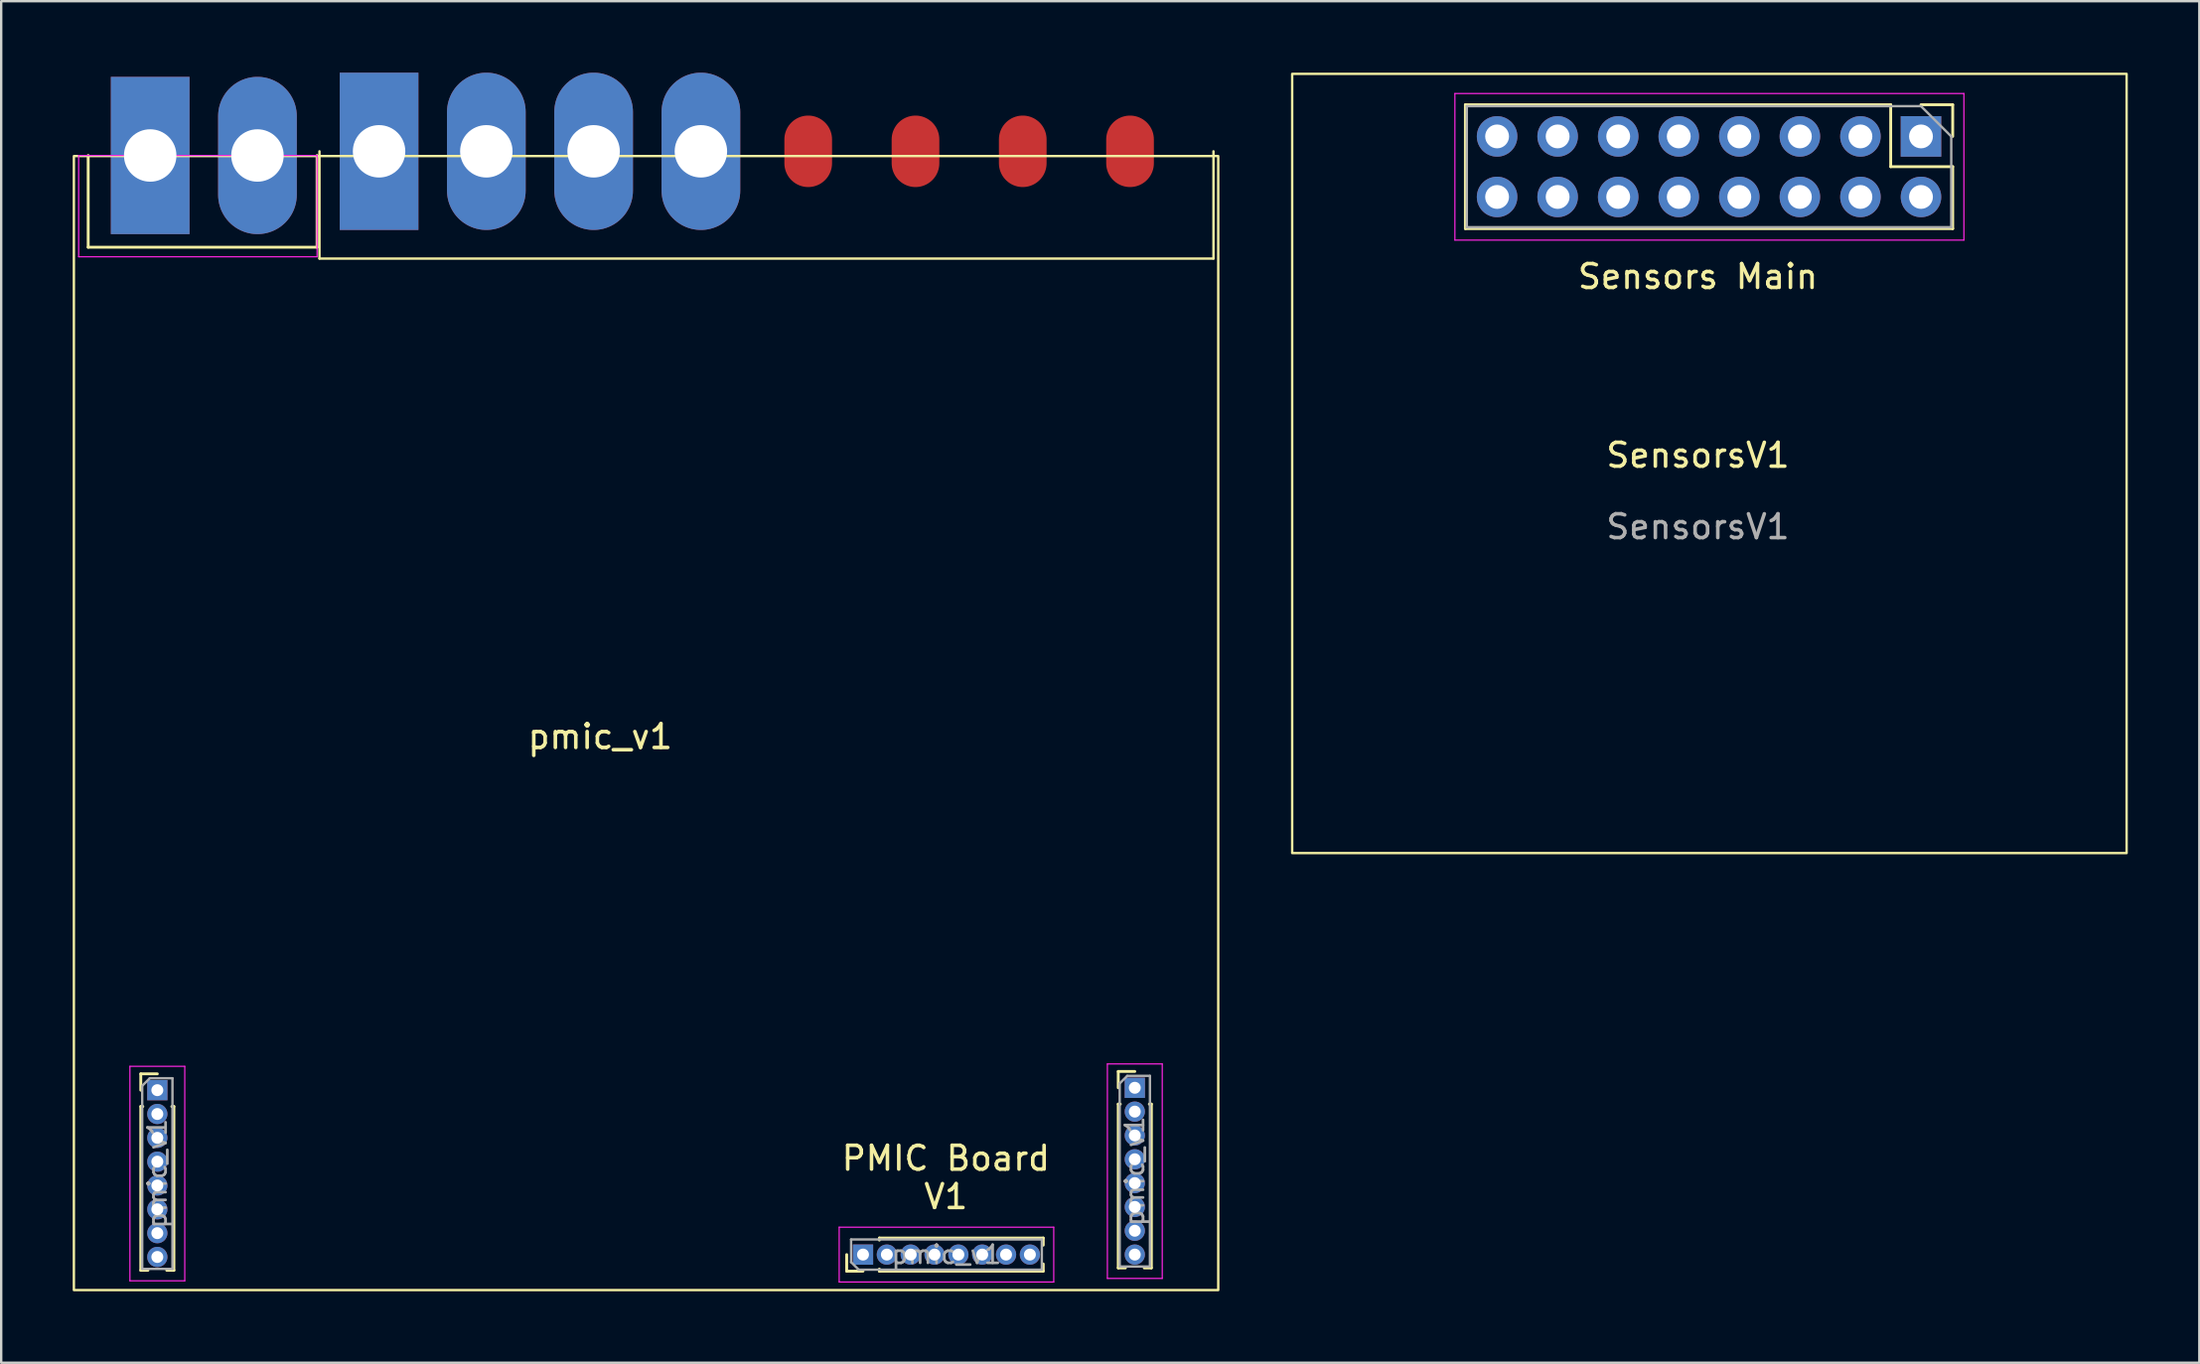
<source format=kicad_pcb>
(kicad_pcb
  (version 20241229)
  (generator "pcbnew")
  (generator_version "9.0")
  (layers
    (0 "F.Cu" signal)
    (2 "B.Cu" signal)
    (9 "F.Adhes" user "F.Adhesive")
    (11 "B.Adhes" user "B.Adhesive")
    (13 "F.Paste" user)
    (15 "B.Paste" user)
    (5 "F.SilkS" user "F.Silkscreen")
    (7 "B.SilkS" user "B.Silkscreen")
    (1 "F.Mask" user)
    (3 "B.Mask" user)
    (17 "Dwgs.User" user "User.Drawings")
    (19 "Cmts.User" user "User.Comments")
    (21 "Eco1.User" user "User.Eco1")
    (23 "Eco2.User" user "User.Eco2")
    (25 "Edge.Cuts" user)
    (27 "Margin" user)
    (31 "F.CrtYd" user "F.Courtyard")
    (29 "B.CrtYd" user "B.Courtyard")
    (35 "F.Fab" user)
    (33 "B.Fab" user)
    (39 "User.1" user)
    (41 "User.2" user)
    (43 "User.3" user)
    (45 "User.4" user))
  (footprint "pmic_v1"
    (layer "F.Cu")
    (at 22.125 28.362)
    (property "Reference" "pmic_v1" (at 0 -0.5 0) (unlocked yes) (layer "F.SilkS") (effects (font (size 1 1) (thickness 0.15))))
    (attr smd)
    (fp_line (start -21.476 -21.037) (end -21.476 -24.887) (stroke (width 0.12) (type solid)) (layer "F.SilkS"))
    (fp_line (start -21.476 -21.037) (end -11.876 -21.037) (stroke (width 0.12) (type solid)) (layer "F.SilkS"))
    (fp_line (start -19.27 13.653) (end -18.576 13.653) (stroke (width 0.12) (type solid)) (layer "F.SilkS"))
    (fp_line (start -19.27 14.338) (end -19.27 13.653) (stroke (width 0.12) (type solid)) (layer "F.SilkS"))
    (fp_line (start -19.27 15.023) (end -19.27 21.898) (stroke (width 0.12) (type solid)) (layer "F.SilkS"))
    (fp_line (start -19.27 15.023) (end -19.184 15.023) (stroke (width 0.12) (type solid)) (layer "F.SilkS"))
    (fp_line (start -19.27 21.898) (end -18.97 21.898) (stroke (width 0.12) (type solid)) (layer "F.SilkS"))
    (fp_line (start -18.181 21.898) (end -17.881 21.898) (stroke (width 0.12) (type solid)) (layer "F.SilkS"))
    (fp_line (start -17.967 15.023) (end -17.881 15.023) (stroke (width 0.12) (type solid)) (layer "F.SilkS"))
    (fp_line (start -17.881 15.023) (end -17.881 21.898) (stroke (width 0.12) (type solid)) (layer "F.SilkS"))
    (fp_line (start -11.876 -24.887) (end -11.876 -21.037) (stroke (width 0.12) (type solid)) (layer "F.SilkS"))
    (fp_line (start -11.775 -20.562) (end -11.775 -25.062) (stroke (width 0.1) (type solid)) (layer "F.SilkS"))
    (fp_line (start 10.339 21.933) (end 10.339 21.238) (stroke (width 0.12) (type solid)) (layer "F.SilkS"))
    (fp_line (start 11.024 21.933) (end 10.339 21.933) (stroke (width 0.12) (type solid)) (layer "F.SilkS"))
    (fp_line (start 11.71 20.543) (end 18.584 20.543) (stroke (width 0.12) (type solid)) (layer "F.SilkS"))
    (fp_line (start 11.71 20.63) (end 11.71 20.543) (stroke (width 0.12) (type solid)) (layer "F.SilkS"))
    (fp_line (start 11.71 21.933) (end 11.71 21.846) (stroke (width 0.12) (type solid)) (layer "F.SilkS"))
    (fp_line (start 11.71 21.933) (end 18.584 21.933) (stroke (width 0.12) (type solid)) (layer "F.SilkS"))
    (fp_line (start 18.584 20.843) (end 18.584 20.543) (stroke (width 0.12) (type solid)) (layer "F.SilkS"))
    (fp_line (start 18.584 21.933) (end 18.584 21.632) (stroke (width 0.12) (type solid)) (layer "F.SilkS"))
    (fp_line (start 21.73 13.553) (end 22.424 13.553) (stroke (width 0.12) (type solid)) (layer "F.SilkS"))
    (fp_line (start 21.73 14.238) (end 21.73 13.553) (stroke (width 0.12) (type solid)) (layer "F.SilkS"))
    (fp_line (start 21.73 14.923) (end 21.73 21.798) (stroke (width 0.12) (type solid)) (layer "F.SilkS"))
    (fp_line (start 21.73 14.923) (end 21.816 14.923) (stroke (width 0.12) (type solid)) (layer "F.SilkS"))
    (fp_line (start 21.73 21.798) (end 22.03 21.798) (stroke (width 0.12) (type solid)) (layer "F.SilkS"))
    (fp_line (start 22.819 21.798) (end 23.119 21.798) (stroke (width 0.12) (type solid)) (layer "F.SilkS"))
    (fp_line (start 23.033 14.923) (end 23.119 14.923) (stroke (width 0.12) (type solid)) (layer "F.SilkS"))
    (fp_line (start 23.119 14.923) (end 23.119 21.798) (stroke (width 0.12) (type solid)) (layer "F.SilkS"))
    (fp_line (start 25.724 -25.062) (end 25.724 -20.562) (stroke (width 0.1) (type solid)) (layer "F.SilkS"))
    (fp_line (start 25.724 -20.562) (end -11.775 -20.562) (stroke (width 0.1) (type solid)) (layer "F.SilkS"))
    (fp_rect (start -22.076 -24.862) (end 25.924 22.728) (stroke (width 0.1) (type solid)) (fill no) (layer "F.SilkS"))
    (fp_line (start -21.875 -24.887) (end -11.876 -24.887) (stroke (width 0.05) (type solid)) (layer "F.CrtYd"))
    (fp_line (start -21.875 -20.637) (end -21.875 -24.887) (stroke (width 0.05) (type solid)) (layer "F.CrtYd"))
    (fp_line (start -21.875 -20.637) (end -11.876 -20.637) (stroke (width 0.05) (type solid)) (layer "F.CrtYd"))
    (fp_line (start -19.726 13.338) (end -19.726 22.338) (stroke (width 0.05) (type solid)) (layer "F.CrtYd"))
    (fp_line (start -19.726 22.338) (end -17.425 22.338) (stroke (width 0.05) (type solid)) (layer "F.CrtYd"))
    (fp_line (start -17.425 13.338) (end -19.726 13.338) (stroke (width 0.05) (type solid)) (layer "F.CrtYd"))
    (fp_line (start -17.425 22.338) (end -17.425 13.338) (stroke (width 0.05) (type solid)) (layer "F.CrtYd"))
    (fp_line (start -11.876 -24.887) (end -11.876 -20.637) (stroke (width 0.05) (type solid)) (layer "F.CrtYd"))
    (fp_line (start 10.024 20.088) (end 10.024 22.388) (stroke (width 0.05) (type solid)) (layer "F.CrtYd"))
    (fp_line (start 10.024 22.388) (end 19.024 22.388) (stroke (width 0.05) (type solid)) (layer "F.CrtYd"))
    (fp_line (start 19.024 20.088) (end 10.024 20.088) (stroke (width 0.05) (type solid)) (layer "F.CrtYd"))
    (fp_line (start 19.024 22.388) (end 19.024 20.088) (stroke (width 0.05) (type solid)) (layer "F.CrtYd"))
    (fp_line (start 21.274 13.238) (end 21.274 22.238) (stroke (width 0.05) (type solid)) (layer "F.CrtYd"))
    (fp_line (start 21.274 22.238) (end 23.575 22.238) (stroke (width 0.05) (type solid)) (layer "F.CrtYd"))
    (fp_line (start 23.575 13.238) (end 21.274 13.238) (stroke (width 0.05) (type solid)) (layer "F.CrtYd"))
    (fp_line (start 23.575 22.238) (end 23.575 13.238) (stroke (width 0.05) (type solid)) (layer "F.CrtYd"))
    (fp_line (start -19.21 14.155) (end -18.893 13.838) (stroke (width 0.1) (type solid)) (layer "F.Fab"))
    (fp_line (start -19.21 21.838) (end -19.21 14.155) (stroke (width 0.1) (type solid)) (layer "F.Fab"))
    (fp_line (start -18.893 13.838) (end -17.941 13.838) (stroke (width 0.1) (type solid)) (layer "F.Fab"))
    (fp_line (start -17.941 13.838) (end -17.941 21.838) (stroke (width 0.1) (type solid)) (layer "F.Fab"))
    (fp_line (start -17.941 21.838) (end -19.21 21.838) (stroke (width 0.1) (type solid)) (layer "F.Fab"))
    (fp_line (start 10.524 20.603) (end 18.524 20.603) (stroke (width 0.1) (type solid)) (layer "F.Fab"))
    (fp_line (start 10.524 21.555) (end 10.524 20.603) (stroke (width 0.1) (type solid)) (layer "F.Fab"))
    (fp_line (start 10.842 21.873) (end 10.524 21.555) (stroke (width 0.1) (type solid)) (layer "F.Fab"))
    (fp_line (start 18.524 20.603) (end 18.524 21.873) (stroke (width 0.1) (type solid)) (layer "F.Fab"))
    (fp_line (start 18.524 21.873) (end 10.842 21.873) (stroke (width 0.1) (type solid)) (layer "F.Fab"))
    (fp_line (start 21.79 14.055) (end 22.107 13.738) (stroke (width 0.1) (type solid)) (layer "F.Fab"))
    (fp_line (start 21.79 21.738) (end 21.79 14.055) (stroke (width 0.1) (type solid)) (layer "F.Fab"))
    (fp_line (start 22.107 13.738) (end 23.059 13.738) (stroke (width 0.1) (type solid)) (layer "F.Fab"))
    (fp_line (start 23.059 13.738) (end 23.059 21.738) (stroke (width 0.1) (type solid)) (layer "F.Fab"))
    (fp_line (start 23.059 21.738) (end 21.79 21.738) (stroke (width 0.1) (type solid)) (layer "F.Fab"))
    (fp_text user "PMIC Board\nV1" (at 14.5 18 0) (layer "F.SilkS") (effects (font (size 1 1) (thickness 0.15))))
    (fp_text user "${REFERENCE}" (at 22.424 17.738 90) (layer "F.Fab") (effects (font (size 0.76 0.76) (thickness 0.114))))
    (fp_text user "${REFERENCE}" (at -18.576 17.838 90) (layer "F.Fab") (effects (font (size 0.76 0.76) (thickness 0.114))))
    (fp_text user "${REFERENCE}" (at 14.524 21.238 0) (layer "F.Fab") (effects (font (size 0.76 0.76) (thickness 0.114))))
    (pad "1" thru_hole rect (at -18.875 -24.887) (size 3.3 6.6) (drill 2.2) (layers "*.Cu" "*.Mask"))
    (pad "2" thru_hole oval (at -14.376 -24.887) (size 3.3 6.6) (drill 2.2) (layers "*.Cu" "*.Mask"))
    (pad "3" thru_hole rect (at -9.275 -25.062) (size 3.3 6.6) (drill 2.2) (layers "*.Cu" "*.Mask"))
    (pad "4" thru_hole oval (at -4.776 -25.062) (size 3.3 6.6) (drill 2.2) (layers "*.Cu" "*.Mask"))
    (pad "5" thru_hole oval (at -0.276 -25.062) (size 3.3 6.6) (drill 2.2) (layers "*.Cu" "*.Mask"))
    (pad "6" thru_hole oval (at 4.224 -25.062) (size 3.3 6.6) (drill 2.2) (layers "*.Cu" "*.Mask"))
    (pad "7" smd oval (at 8.725 -25.062) (size 2 3) (layers "F.Cu" "F.Mask" "F.Paste"))
    (pad "8" smd oval (at 13.225 -25.062) (size 2 3) (layers "F.Cu" "F.Mask" "F.Paste"))
    (pad "9" smd oval (at 17.724 -25.062) (size 2 3) (layers "F.Cu" "F.Mask" "F.Paste"))
    (pad "10" smd oval (at 22.224 -25.062) (size 2 3) (layers "F.Cu" "F.Mask" "F.Paste"))
    (pad "11" thru_hole rect (at -18.576 14.338) (size 0.85 0.85) (drill 0.5) (layers "*.Cu" "*.Mask"))
    (pad "12" thru_hole oval (at -18.576 15.338) (size 0.85 0.85) (drill 0.5) (layers "*.Cu" "*.Mask"))
    (pad "13" thru_hole oval (at -18.576 16.338) (size 0.85 0.85) (drill 0.5) (layers "*.Cu" "*.Mask"))
    (pad "14" thru_hole oval (at -18.576 17.338) (size 0.85 0.85) (drill 0.5) (layers "*.Cu" "*.Mask"))
    (pad "15" thru_hole oval (at -18.576 18.338) (size 0.85 0.85) (drill 0.5) (layers "*.Cu" "*.Mask"))
    (pad "16" thru_hole oval (at -18.576 19.338) (size 0.85 0.85) (drill 0.5) (layers "*.Cu" "*.Mask"))
    (pad "17" thru_hole oval (at -18.576 20.338) (size 0.85 0.85) (drill 0.5) (layers "*.Cu" "*.Mask"))
    (pad "18" thru_hole oval (at -18.576 21.338) (size 0.85 0.85) (drill 0.5) (layers "*.Cu" "*.Mask"))
    (pad "19" thru_hole rect (at 11.024 21.238 90) (size 0.85 0.85) (drill 0.5) (layers "*.Cu" "*.Mask"))
    (pad "20" thru_hole oval (at 12.024 21.238 90) (size 0.85 0.85) (drill 0.5) (layers "*.Cu" "*.Mask"))
    (pad "21" thru_hole oval (at 13.024 21.238 90) (size 0.85 0.85) (drill 0.5) (layers "*.Cu" "*.Mask"))
    (pad "22" thru_hole oval (at 14.024 21.238 90) (size 0.85 0.85) (drill 0.5) (layers "*.Cu" "*.Mask"))
    (pad "23" thru_hole oval (at 15.024 21.238 90) (size 0.85 0.85) (drill 0.5) (layers "*.Cu" "*.Mask"))
    (pad "24" thru_hole oval (at 16.024 21.238 90) (size 0.85 0.85) (drill 0.5) (layers "*.Cu" "*.Mask"))
    (pad "25" thru_hole oval (at 17.024 21.238 90) (size 0.85 0.85) (drill 0.5) (layers "*.Cu" "*.Mask"))
    (pad "26" thru_hole oval (at 18.024 21.238 90) (size 0.85 0.85) (drill 0.5) (layers "*.Cu" "*.Mask"))
    (pad "27" thru_hole oval (at 22.424 21.238) (size 0.85 0.85) (drill 0.5) (layers "*.Cu" "*.Mask"))
    (pad "28" thru_hole oval (at 22.424 20.238) (size 0.85 0.85) (drill 0.5) (layers "*.Cu" "*.Mask"))
    (pad "29" thru_hole oval (at 22.424 19.238) (size 0.85 0.85) (drill 0.5) (layers "*.Cu" "*.Mask"))
    (pad "30" thru_hole oval (at 22.424 18.238) (size 0.85 0.85) (drill 0.5) (layers "*.Cu" "*.Mask"))
    (pad "31" thru_hole oval (at 22.424 17.238) (size 0.85 0.85) (drill 0.5) (layers "*.Cu" "*.Mask"))
    (pad "32" thru_hole oval (at 22.424 16.238) (size 0.85 0.85) (drill 0.5) (layers "*.Cu" "*.Mask"))
    (pad "33" thru_hole oval (at 22.424 15.238) (size 0.85 0.85) (drill 0.5) (layers "*.Cu" "*.Mask"))
    (pad "34" thru_hole rect (at 22.424 14.238) (size 0.85 0.85) (drill 0.5) (layers "*.Cu" "*.Mask")))
  (footprint "SensorsV1"
    (layer "F.Cu")
    (at 68.169 16.556)
    (property "Reference" "SensorsV1" (at 0 -0.5 0) (unlocked yes) (layer "F.SilkS") (effects (font (size 1 1) (thickness 0.15))))
    (attr through_hole)
    (fp_line (start -9.754 -15.211) (end -9.754 -10.011) (stroke (width 0.12) (type solid)) (layer "F.SilkS"))
    (fp_line (start 8.086 -15.211) (end -9.754 -15.211) (stroke (width 0.12) (type solid)) (layer "F.SilkS"))
    (fp_line (start 8.086 -15.211) (end 8.086 -12.611) (stroke (width 0.12) (type solid)) (layer "F.SilkS"))
    (fp_line (start 8.086 -12.611) (end 10.686 -12.611) (stroke (width 0.12) (type solid)) (layer "F.SilkS"))
    (fp_line (start 9.356 -15.211) (end 10.686 -15.211) (stroke (width 0.12) (type solid)) (layer "F.SilkS"))
    (fp_line (start 10.686 -15.211) (end 10.686 -13.881) (stroke (width 0.12) (type solid)) (layer "F.SilkS"))
    (fp_line (start 10.686 -12.611) (end 10.686 -10.011) (stroke (width 0.12) (type solid)) (layer "F.SilkS"))
    (fp_line (start 10.686 -10.011) (end -9.754 -10.011) (stroke (width 0.12) (type solid)) (layer "F.SilkS"))
    (fp_rect (start -17.019 -16.506) (end 17.981 16.194) (stroke (width 0.1) (type solid)) (fill no) (layer "F.SilkS"))
    (fp_line (start -10.194 -15.681) (end -10.194 -9.531) (stroke (width 0.05) (type solid)) (layer "F.CrtYd"))
    (fp_line (start -10.194 -9.531) (end 11.156 -9.531) (stroke (width 0.05) (type solid)) (layer "F.CrtYd"))
    (fp_line (start 11.156 -15.681) (end -10.194 -15.681) (stroke (width 0.05) (type solid)) (layer "F.CrtYd"))
    (fp_line (start 11.156 -9.531) (end 11.156 -15.681) (stroke (width 0.05) (type solid)) (layer "F.CrtYd"))
    (fp_line (start -9.694 -15.151) (end 9.356 -15.151) (stroke (width 0.1) (type solid)) (layer "F.Fab"))
    (fp_line (start -9.694 -10.071) (end -9.694 -15.151) (stroke (width 0.1) (type solid)) (layer "F.Fab"))
    (fp_line (start 9.356 -15.151) (end 10.626 -13.881) (stroke (width 0.1) (type solid)) (layer "F.Fab"))
    (fp_line (start 10.626 -13.881) (end 10.626 -10.071) (stroke (width 0.1) (type solid)) (layer "F.Fab"))
    (fp_line (start 10.626 -10.071) (end -9.694 -10.071) (stroke (width 0.1) (type solid)) (layer "F.Fab"))
    (fp_text user "Sensors Main" (at 0 -8 0) (unlocked yes) (layer "F.SilkS") (effects (font (size 1 1) (thickness 0.15))))
    (fp_text user "${REFERENCE}" (at 0 2.5 0) (unlocked yes) (layer "F.Fab") (effects (font (size 1 1) (thickness 0.15))))
    (pad "" thru_hole oval (at -8.424 -13.881 270) (size 1.7 1.7) (drill 1) (layers "*.Cu" "*.Mask"))
    (pad "" thru_hole oval (at -8.424 -11.341 270) (size 1.7 1.7) (drill 1) (layers "*.Cu" "*.Mask"))
    (pad "" thru_hole oval (at -5.884 -13.881 270) (size 1.7 1.7) (drill 1) (layers "*.Cu" "*.Mask"))
    (pad "" thru_hole oval (at -5.884 -11.341 270) (size 1.7 1.7) (drill 1) (layers "*.Cu" "*.Mask"))
    (pad "" thru_hole oval (at -3.344 -13.881 270) (size 1.7 1.7) (drill 1) (layers "*.Cu" "*.Mask"))
    (pad "" thru_hole oval (at -3.344 -11.341 270) (size 1.7 1.7) (drill 1) (layers "*.Cu" "*.Mask"))
    (pad "" thru_hole oval (at -0.804 -13.881 270) (size 1.7 1.7) (drill 1) (layers "*.Cu" "*.Mask"))
    (pad "" thru_hole oval (at -0.804 -11.341 270) (size 1.7 1.7) (drill 1) (layers "*.Cu" "*.Mask"))
    (pad "" thru_hole oval (at 1.736 -13.881 270) (size 1.7 1.7) (drill 1) (layers "*.Cu" "*.Mask"))
    (pad "" thru_hole oval (at 1.736 -11.341 270) (size 1.7 1.7) (drill 1) (layers "*.Cu" "*.Mask"))
    (pad "" thru_hole oval (at 4.276 -13.881 270) (size 1.7 1.7) (drill 1) (layers "*.Cu" "*.Mask"))
    (pad "" thru_hole oval (at 4.276 -11.341 270) (size 1.7 1.7) (drill 1) (layers "*.Cu" "*.Mask"))
    (pad "" thru_hole oval (at 6.816 -13.881 270) (size 1.7 1.7) (drill 1) (layers "*.Cu" "*.Mask"))
    (pad "" thru_hole oval (at 6.816 -11.341 270) (size 1.7 1.7) (drill 1) (layers "*.Cu" "*.Mask"))
    (pad "" thru_hole rect (at 9.356 -13.881 270) (size 1.7 1.7) (drill 1) (layers "*.Cu" "*.Mask"))
    (pad "" thru_hole oval (at 9.356 -11.341 270) (size 1.7 1.7) (drill 1) (layers "*.Cu" "*.Mask")))
  (gr_rect
    (start -3 -3)
    (end 89.2 54.14)
    (stroke (width 0.1) (type default))
    (fill no)
    (layer "Edge.Cuts")))
</source>
